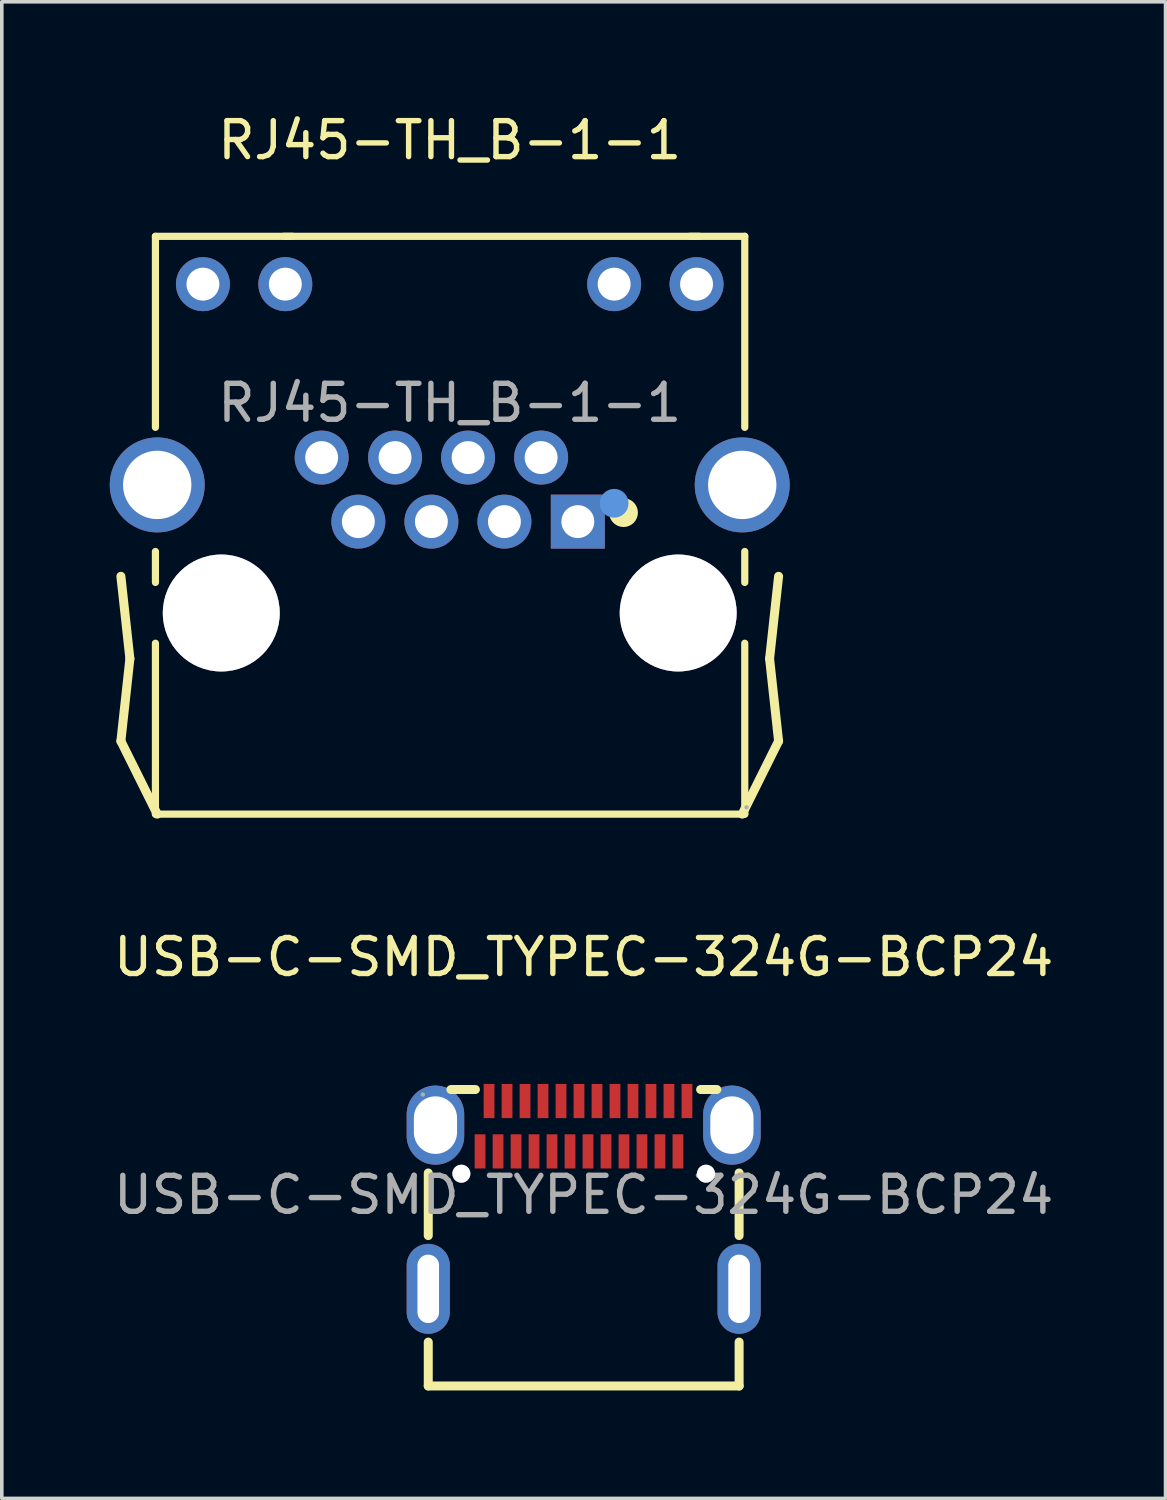
<source format=kicad_pcb>
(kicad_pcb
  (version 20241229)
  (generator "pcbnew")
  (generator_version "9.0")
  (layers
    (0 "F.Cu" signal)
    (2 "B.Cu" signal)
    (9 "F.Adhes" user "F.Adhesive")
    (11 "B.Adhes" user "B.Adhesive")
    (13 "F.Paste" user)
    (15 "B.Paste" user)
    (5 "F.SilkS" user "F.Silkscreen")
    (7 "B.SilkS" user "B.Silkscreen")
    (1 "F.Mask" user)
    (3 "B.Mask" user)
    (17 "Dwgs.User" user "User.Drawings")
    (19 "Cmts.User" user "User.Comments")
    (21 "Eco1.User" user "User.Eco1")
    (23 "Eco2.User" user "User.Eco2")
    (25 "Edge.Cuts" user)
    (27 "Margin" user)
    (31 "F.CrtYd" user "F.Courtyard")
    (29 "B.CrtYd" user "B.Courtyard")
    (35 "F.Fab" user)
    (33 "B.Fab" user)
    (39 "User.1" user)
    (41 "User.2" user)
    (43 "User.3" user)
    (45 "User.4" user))
  (footprint "RJ45-TH_B-1-1"
    (layer "F.Cu")
    (at 9.45 8.148)
    (property "Reference" "RJ45-TH_B-1-1" (at 0 -7.3 0) (layer "F.SilkS") (effects (font (size 1 1) (thickness 0.15))))
    (attr smd)
    (fp_line (start -9.14 9.4) (end -8.89 7.11) (stroke (width 0.25) (type solid)) (layer "F.SilkS"))
    (fp_line (start -8.89 7.11) (end -9.14 4.82) (stroke (width 0.25) (type solid)) (layer "F.SilkS"))
    (fp_line (start -8.18 -4.63) (end -4.37 -4.63) (stroke (width 0.2) (type solid)) (layer "F.SilkS"))
    (fp_line (start -8.18 0.68) (end -8.18 -4.63) (stroke (width 0.2) (type solid)) (layer "F.SilkS"))
    (fp_line (start -8.18 4.99) (end -8.18 4.13) (stroke (width 0.2) (type solid)) (layer "F.SilkS"))
    (fp_line (start -8.18 11.43) (end -8.18 6.68) (stroke (width 0.2) (type solid)) (layer "F.SilkS"))
    (fp_line (start -8.13 11.43) (end -9.14 9.4) (stroke (width 0.25) (type solid)) (layer "F.SilkS"))
    (fp_line (start 6.94 -4.63) (end -4.61 -4.63) (stroke (width 0.2) (type solid)) (layer "F.SilkS"))
    (fp_line (start 8.13 11.43) (end 9.14 9.4) (stroke (width 0.25) (type solid)) (layer "F.SilkS"))
    (fp_line (start 8.2 -4.63) (end 6.67 -4.63) (stroke (width 0.2) (type solid)) (layer "F.SilkS"))
    (fp_line (start 8.2 0.68) (end 8.2 -4.63) (stroke (width 0.2) (type solid)) (layer "F.SilkS"))
    (fp_line (start 8.2 4.99) (end 8.2 4.13) (stroke (width 0.2) (type solid)) (layer "F.SilkS"))
    (fp_line (start 8.2 6.68) (end 8.2 11.43) (stroke (width 0.2) (type solid)) (layer "F.SilkS"))
    (fp_line (start 8.2 11.43) (end -8.18 11.43) (stroke (width 0.2) (type solid)) (layer "F.SilkS"))
    (fp_line (start 8.89 7.11) (end 9.14 4.82) (stroke (width 0.25) (type solid)) (layer "F.SilkS"))
    (fp_line (start 9.14 9.4) (end 8.89 7.11) (stroke (width 0.25) (type solid)) (layer "F.SilkS"))
    (fp_circle (center 4.83 3.05) (end 5.03 3.05) (stroke (width 0.4) (type solid)) (fill no) (layer "F.SilkS"))
    (fp_circle (center -6.35 5.84) (end -5.6 5.84) (stroke (width 1.5) (type solid)) (fill no) (layer "Cmts.User"))
    (fp_circle (center 4.57 2.79) (end 4.77 2.79) (stroke (width 0.4) (type solid)) (fill no) (layer "Cmts.User"))
    (fp_circle (center 6.35 5.84) (end 7.1 5.84) (stroke (width 1.5) (type solid)) (fill no) (layer "Cmts.User"))
    (fp_circle (center -6.86 -3.3) (end -6.71 -3.3) (stroke (width 0.3) (type solid)) (fill no) (layer "F.Fab"))
    (fp_circle (center -4.57 -3.3) (end -4.42 -3.3) (stroke (width 0.3) (type solid)) (fill no) (layer "F.Fab"))
    (fp_circle (center -3.56 1.52) (end -3.41 1.52) (stroke (width 0.3) (type solid)) (fill no) (layer "F.Fab"))
    (fp_circle (center -2.54 3.3) (end -2.39 3.3) (stroke (width 0.3) (type solid)) (fill no) (layer "F.Fab"))
    (fp_circle (center -1.52 1.52) (end -1.37 1.52) (stroke (width 0.3) (type solid)) (fill no) (layer "F.Fab"))
    (fp_circle (center -0.51 3.3) (end -0.36 3.3) (stroke (width 0.3) (type solid)) (fill no) (layer "F.Fab"))
    (fp_circle (center 0.51 1.52) (end 0.66 1.52) (stroke (width 0.3) (type solid)) (fill no) (layer "F.Fab"))
    (fp_circle (center 1.52 3.3) (end 1.67 3.3) (stroke (width 0.3) (type solid)) (fill no) (layer "F.Fab"))
    (fp_circle (center 2.54 1.52) (end 2.69 1.52) (stroke (width 0.3) (type solid)) (fill no) (layer "F.Fab"))
    (fp_circle (center 3.56 3.3) (end 3.71 3.3) (stroke (width 0.3) (type solid)) (fill no) (layer "F.Fab"))
    (fp_circle (center 4.57 -3.3) (end 4.72 -3.3) (stroke (width 0.3) (type solid)) (fill no) (layer "F.Fab"))
    (fp_circle (center 6.86 -3.3) (end 7.01 -3.3) (stroke (width 0.3) (type solid)) (fill no) (layer "F.Fab"))
    (fp_circle (center 8.25 11.24) (end 8.28 11.24) (stroke (width 0.06) (type solid)) (fill no) (layer "F.Fab"))
    (fp_text user "${REFERENCE}" (at 0 0 0) (layer "F.Fab") (effects (font (size 1 1) (thickness 0.15))))
    (pad "" thru_hole circle (at -6.35 5.84) (size 3.25 3.25) (drill 3.25) (layers "*.Cu" "*.Mask"))
    (pad "" thru_hole circle (at 6.35 5.84) (size 3.25 3.25) (drill 3.25) (layers "*.Cu" "*.Mask"))
    (pad "0" thru_hole circle (at -8.13 2.28) (size 2.64 2.64) (drill 1.9) (layers "*.Cu" "*.Paste" "*.Mask"))
    (pad "0" thru_hole circle (at 8.13 2.28 180) (size 2.64 2.64) (drill 1.9) (layers "*.Cu" "*.Paste" "*.Mask"))
    (pad "1" thru_hole rect (at 3.56 3.3 180) (size 1.5 1.5) (drill 0.914) (layers "*.Cu" "*.Paste" "*.Mask"))
    (pad "2" thru_hole circle (at 2.54 1.52 180) (size 1.5 1.5) (drill 0.914) (layers "*.Cu" "*.Paste" "*.Mask"))
    (pad "3" thru_hole circle (at 1.52 3.3 180) (size 1.5 1.5) (drill 0.914) (layers "*.Cu" "*.Paste" "*.Mask"))
    (pad "4" thru_hole circle (at 0.51 1.52 180) (size 1.5 1.5) (drill 0.914) (layers "*.Cu" "*.Paste" "*.Mask"))
    (pad "5" thru_hole circle (at -0.51 3.3 180) (size 1.5 1.5) (drill 0.914) (layers "*.Cu" "*.Paste" "*.Mask"))
    (pad "6" thru_hole circle (at -1.52 1.52 180) (size 1.5 1.5) (drill 0.914) (layers "*.Cu" "*.Paste" "*.Mask"))
    (pad "7" thru_hole circle (at -2.54 3.3 180) (size 1.5 1.5) (drill 0.914) (layers "*.Cu" "*.Paste" "*.Mask"))
    (pad "8" thru_hole circle (at -3.56 1.52 180) (size 1.5 1.5) (drill 0.914) (layers "*.Cu" "*.Paste" "*.Mask"))
    (pad "9" thru_hole circle (at 6.86 -3.3 180) (size 1.5 1.5) (drill 0.914) (layers "*.Cu" "*.Paste" "*.Mask"))
    (pad "10" thru_hole circle (at 4.57 -3.3 180) (size 1.5 1.5) (drill 0.914) (layers "*.Cu" "*.Paste" "*.Mask"))
    (pad "11" thru_hole circle (at -4.57 -3.3 180) (size 1.5 1.5) (drill 0.914) (layers "*.Cu" "*.Paste" "*.Mask"))
    (pad "12" thru_hole circle (at -6.86 -3.3 180) (size 1.5 1.5) (drill 0.914) (layers "*.Cu" "*.Paste" "*.Mask")))
  (footprint "USB-C-SMD_TYPEC-324G-BCP24"
    (layer "F.Cu")
    (at 13.173 30.162)
    (property "Reference" "USB-C-SMD_TYPEC-324G-BCP24" (at 0 -6.61 0) (layer "F.SilkS") (effects (font (size 1 1) (thickness 0.15))))
    (attr smd)
    (fp_line (start -4.32 1.13) (end -4.32 -0.61) (stroke (width 0.25) (type solid)) (layer "F.SilkS"))
    (fp_line (start -4.32 5.31) (end -4.32 4.09) (stroke (width 0.25) (type solid)) (layer "F.SilkS"))
    (fp_line (start -4.32 5.31) (end 4.32 5.31) (stroke (width 0.25) (type solid)) (layer "F.SilkS"))
    (fp_line (start -3.69 -2.93) (end -3.01 -2.93) (stroke (width 0.25) (type solid)) (layer "F.SilkS"))
    (fp_line (start 3.7 -2.93) (end 3.25 -2.93) (stroke (width 0.25) (type solid)) (layer "F.SilkS"))
    (fp_line (start 4.32 1.13) (end 4.32 -0.61) (stroke (width 0.25) (type solid)) (layer "F.SilkS"))
    (fp_line (start 4.32 5.31) (end 4.32 4.09) (stroke (width 0.25) (type solid)) (layer "F.SilkS"))
    (fp_circle (center -3.4 -0.59) (end -3.3 -0.59) (stroke (width 0.2) (type solid)) (fill no) (layer "Cmts.User"))
    (fp_circle (center 3.4 -0.59) (end 3.5 -0.59) (stroke (width 0.2) (type solid)) (fill no) (layer "Cmts.User"))
    (fp_circle (center -4.47 -2.79) (end -4.44 -2.79) (stroke (width 0.06) (type solid)) (fill no) (layer "F.Fab"))
    (fp_text user "${REFERENCE}" (at 0 0 0) (layer "F.Fab") (effects (font (size 1 1) (thickness 0.15))))
    (pad "" thru_hole circle (at -3.4 -0.59) (size 0.5 0.5) (drill 0.5) (layers "*.Cu" "*.Mask"))
    (pad "" thru_hole circle (at 3.4 -0.59) (size 0.5 0.5) (drill 0.5) (layers "*.Cu" "*.Mask"))
    (pad "1" thru_hole oval (at -4.12 -1.94) (size 1.6 2.2) (drill oval 1.2 1.6) (layers "*.Cu" "*.Paste" "*.Mask"))
    (pad "2" thru_hole oval (at 4.12 -1.94) (size 1.6 2.2) (drill oval 1.2 1.6) (layers "*.Cu" "*.Paste" "*.Mask"))
    (pad "3" thru_hole oval (at -4.32 2.61) (size 1.2 2.5) (drill oval 0.6 1.9) (layers "*.Cu" "*.Paste" "*.Mask"))
    (pad "4" thru_hole oval (at 4.32 2.61) (size 1.2 2.5) (drill oval 0.6 1.9) (layers "*.Cu" "*.Paste" "*.Mask"))
    (pad "A1" smd rect (at -2.63 -2.61) (size 0.3 0.95) (layers "F.Cu" "F.Mask" "F.Paste"))
    (pad "A2" smd rect (at -2.13 -2.61) (size 0.3 0.95) (layers "F.Cu" "F.Mask" "F.Paste"))
    (pad "A3" smd rect (at -1.63 -2.61) (size 0.3 0.95) (layers "F.Cu" "F.Mask" "F.Paste"))
    (pad "A4" smd rect (at -1.13 -2.61) (size 0.3 0.95) (layers "F.Cu" "F.Mask" "F.Paste"))
    (pad "A5" smd rect (at -0.63 -2.61) (size 0.3 0.95) (layers "F.Cu" "F.Mask" "F.Paste"))
    (pad "A6" smd rect (at -0.13 -2.61) (size 0.3 0.95) (layers "F.Cu" "F.Mask" "F.Paste"))
    (pad "A7" smd rect (at 0.37 -2.61) (size 0.3 0.95) (layers "F.Cu" "F.Mask" "F.Paste"))
    (pad "A8" smd rect (at 0.87 -2.61) (size 0.3 0.95) (layers "F.Cu" "F.Mask" "F.Paste"))
    (pad "A9" smd rect (at 1.37 -2.61) (size 0.3 0.95) (layers "F.Cu" "F.Mask" "F.Paste"))
    (pad "A10" smd rect (at 1.87 -2.61) (size 0.3 0.95) (layers "F.Cu" "F.Mask" "F.Paste"))
    (pad "A11" smd rect (at 2.37 -2.61) (size 0.3 0.95) (layers "F.Cu" "F.Mask" "F.Paste"))
    (pad "A12" smd rect (at 2.87 -2.61) (size 0.3 0.95) (layers "F.Cu" "F.Mask" "F.Paste"))
    (pad "B1" smd rect (at 2.62 -1.21 180) (size 0.3 0.95) (layers "F.Cu" "F.Mask" "F.Paste"))
    (pad "B2" smd rect (at 2.12 -1.21 180) (size 0.3 0.95) (layers "F.Cu" "F.Mask" "F.Paste"))
    (pad "B3" smd rect (at 1.62 -1.21 180) (size 0.3 0.95) (layers "F.Cu" "F.Mask" "F.Paste"))
    (pad "B4" smd rect (at 1.12 -1.21 180) (size 0.3 0.95) (layers "F.Cu" "F.Mask" "F.Paste"))
    (pad "B5" smd rect (at 0.62 -1.21 180) (size 0.3 0.95) (layers "F.Cu" "F.Mask" "F.Paste"))
    (pad "B6" smd rect (at 0.12 -1.21 180) (size 0.3 0.95) (layers "F.Cu" "F.Mask" "F.Paste"))
    (pad "B7" smd rect (at -0.38 -1.21 180) (size 0.3 0.95) (layers "F.Cu" "F.Mask" "F.Paste"))
    (pad "B8" smd rect (at -0.88 -1.21 180) (size 0.3 0.95) (layers "F.Cu" "F.Mask" "F.Paste"))
    (pad "B9" smd rect (at -1.38 -1.21 180) (size 0.3 0.95) (layers "F.Cu" "F.Mask" "F.Paste"))
    (pad "B10" smd rect (at -1.88 -1.21 180) (size 0.3 0.95) (layers "F.Cu" "F.Mask" "F.Paste"))
    (pad "B11" smd rect (at -2.38 -1.21 180) (size 0.3 0.95) (layers "F.Cu" "F.Mask" "F.Paste"))
    (pad "B12" smd rect (at -2.88 -1.21 180) (size 0.3 0.95) (layers "F.Cu" "F.Mask" "F.Paste")))
  (gr_rect
    (start -3 -3)
    (end 29.345 38.596)
    (stroke (width 0.1) (type default))
    (fill no)
    (layer "Edge.Cuts")))
</source>
